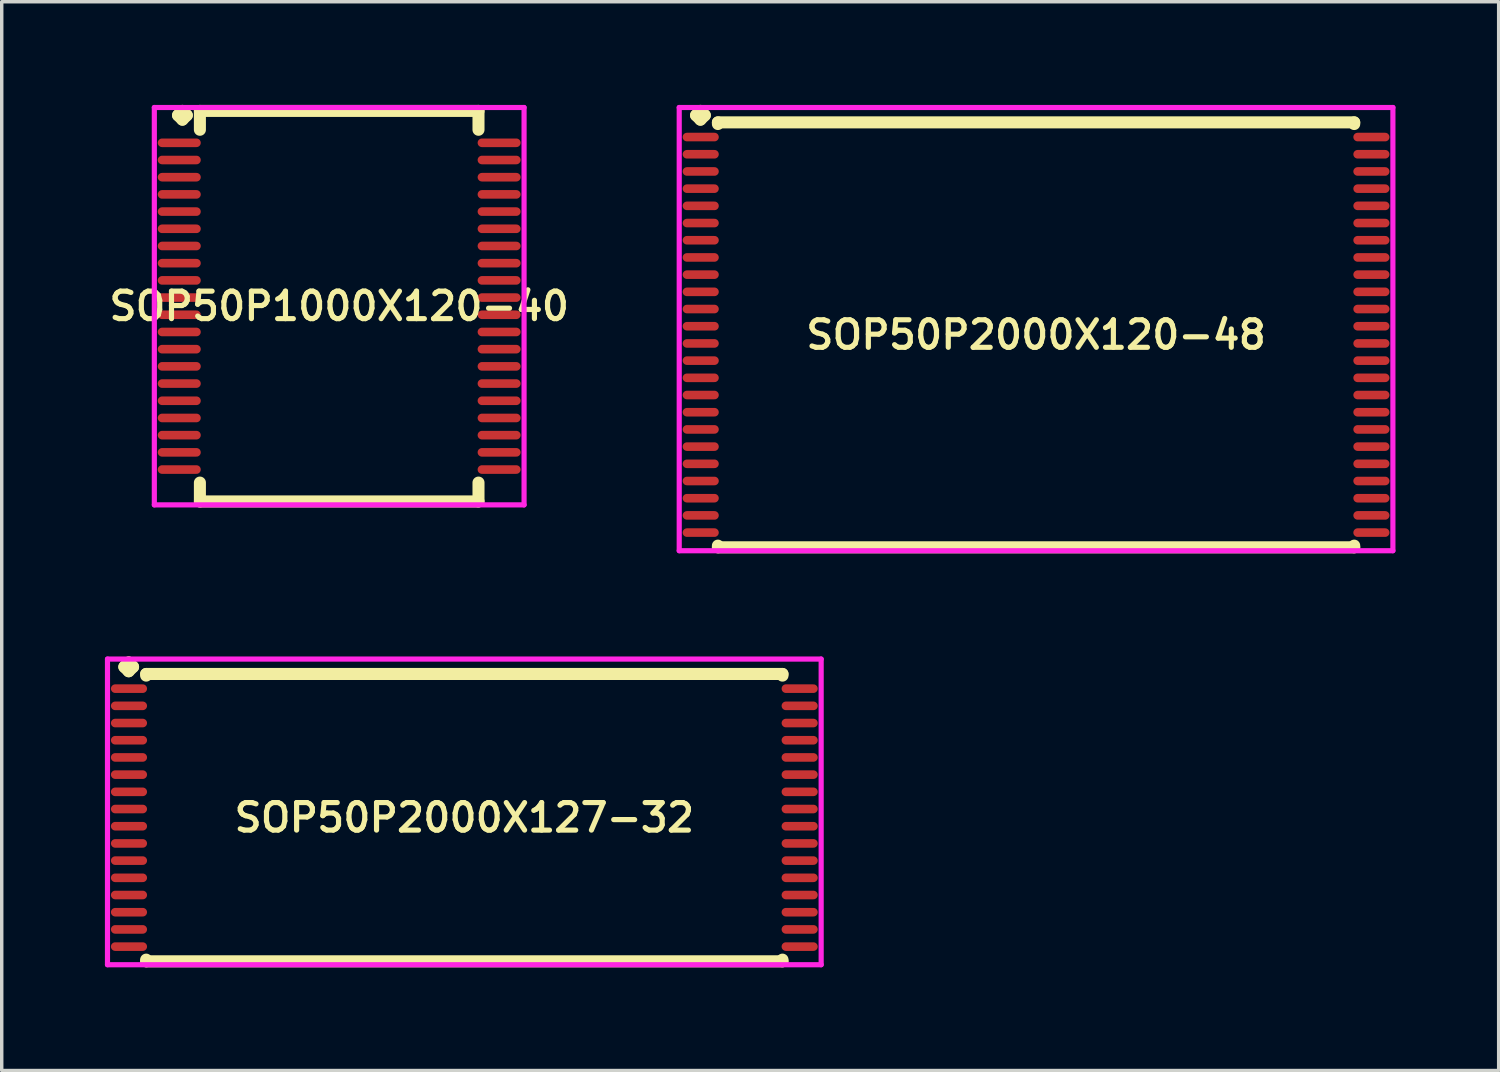
<source format=kicad_pcb>
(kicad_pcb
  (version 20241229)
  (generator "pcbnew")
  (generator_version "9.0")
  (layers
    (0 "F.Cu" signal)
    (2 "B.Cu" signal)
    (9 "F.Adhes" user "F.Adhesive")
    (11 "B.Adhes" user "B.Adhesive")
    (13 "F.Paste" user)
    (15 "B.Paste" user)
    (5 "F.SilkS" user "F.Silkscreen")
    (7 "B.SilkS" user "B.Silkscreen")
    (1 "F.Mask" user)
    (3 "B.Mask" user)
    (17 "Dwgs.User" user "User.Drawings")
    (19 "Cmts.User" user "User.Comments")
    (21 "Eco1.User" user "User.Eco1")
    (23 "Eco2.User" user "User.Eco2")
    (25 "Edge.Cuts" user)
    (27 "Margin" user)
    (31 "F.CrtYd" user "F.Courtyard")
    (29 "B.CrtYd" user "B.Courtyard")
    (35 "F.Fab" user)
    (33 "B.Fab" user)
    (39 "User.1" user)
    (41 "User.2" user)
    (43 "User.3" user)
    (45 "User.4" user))
  (footprint "SOP50P1000X120-40"
    (layer "F.Cu")
    (at 6.812 5.852)
    (property "Reference" "SOP50P1000X120-40" (at 0 0 0) (layer "F.SilkS") (effects (font (size 0.8 0.8) (thickness 0.15))))
    (attr smd)
    (fp_line (start -4.685 -5.55) (end -4.558 -5.677) (stroke (width 0.35) (type solid)) (layer "F.SilkS"))
    (fp_line (start -4.558 -5.677) (end -4.431 -5.55) (stroke (width 0.35) (type solid)) (layer "F.SilkS"))
    (fp_line (start -4.558 -5.423) (end -4.685 -5.55) (stroke (width 0.35) (type solid)) (layer "F.SilkS"))
    (fp_line (start -4.431 -5.55) (end -4.558 -5.423) (stroke (width 0.35) (type solid)) (layer "F.SilkS"))
    (fp_line (start -4.05 -5.677) (end 4.05 -5.677) (stroke (width 0.35) (type solid)) (layer "F.SilkS"))
    (fp_line (start -4.05 -5.129) (end -4.05 -5.677) (stroke (width 0.35) (type solid)) (layer "F.SilkS"))
    (fp_line (start -4.05 5.129) (end -4.05 5.677) (stroke (width 0.35) (type solid)) (layer "F.SilkS"))
    (fp_line (start -4.05 5.677) (end 4.05 5.677) (stroke (width 0.35) (type solid)) (layer "F.SilkS"))
    (fp_line (start 4.05 -5.677) (end 4.05 -5.129) (stroke (width 0.35) (type solid)) (layer "F.SilkS"))
    (fp_line (start 4.05 5.677) (end 4.05 5.129) (stroke (width 0.35) (type solid)) (layer "F.SilkS"))
    (fp_line (start -5.375 -5.777) (end 5.375 -5.777) (stroke (width 0.15) (type solid)) (layer "F.CrtYd"))
    (fp_line (start -5.375 5.777) (end -5.375 -5.777) (stroke (width 0.15) (type solid)) (layer "F.CrtYd"))
    (fp_line (start 5.375 -5.777) (end 5.375 5.777) (stroke (width 0.15) (type solid)) (layer "F.CrtYd"))
    (fp_line (start 5.375 5.777) (end -5.375 5.777) (stroke (width 0.15) (type solid)) (layer "F.CrtYd"))
    (pad "1" smd oval (at -4.65 -4.75) (size 1.25 0.25) (layers "F.Cu" "F.Mask" "F.Paste"))
    (pad "2" smd oval (at -4.65 -4.25) (size 1.25 0.25) (layers "F.Cu" "F.Mask" "F.Paste"))
    (pad "3" smd oval (at -4.65 -3.75) (size 1.25 0.25) (layers "F.Cu" "F.Mask" "F.Paste"))
    (pad "4" smd oval (at -4.65 -3.25) (size 1.25 0.25) (layers "F.Cu" "F.Mask" "F.Paste"))
    (pad "5" smd oval (at -4.65 -2.75) (size 1.25 0.25) (layers "F.Cu" "F.Mask" "F.Paste"))
    (pad "6" smd oval (at -4.65 -2.25) (size 1.25 0.25) (layers "F.Cu" "F.Mask" "F.Paste"))
    (pad "7" smd oval (at -4.65 -1.75) (size 1.25 0.25) (layers "F.Cu" "F.Mask" "F.Paste"))
    (pad "8" smd oval (at -4.65 -1.25) (size 1.25 0.25) (layers "F.Cu" "F.Mask" "F.Paste"))
    (pad "9" smd oval (at -4.65 -0.75) (size 1.25 0.25) (layers "F.Cu" "F.Mask" "F.Paste"))
    (pad "10" smd oval (at -4.65 -0.25) (size 1.25 0.25) (layers "F.Cu" "F.Mask" "F.Paste"))
    (pad "11" smd oval (at -4.65 0.25) (size 1.25 0.25) (layers "F.Cu" "F.Mask" "F.Paste"))
    (pad "12" smd oval (at -4.65 0.75) (size 1.25 0.25) (layers "F.Cu" "F.Mask" "F.Paste"))
    (pad "13" smd oval (at -4.65 1.25) (size 1.25 0.25) (layers "F.Cu" "F.Mask" "F.Paste"))
    (pad "14" smd oval (at -4.65 1.75) (size 1.25 0.25) (layers "F.Cu" "F.Mask" "F.Paste"))
    (pad "15" smd oval (at -4.65 2.25) (size 1.25 0.25) (layers "F.Cu" "F.Mask" "F.Paste"))
    (pad "16" smd oval (at -4.65 2.75) (size 1.25 0.25) (layers "F.Cu" "F.Mask" "F.Paste"))
    (pad "17" smd oval (at -4.65 3.25) (size 1.25 0.25) (layers "F.Cu" "F.Mask" "F.Paste"))
    (pad "18" smd oval (at -4.65 3.75) (size 1.25 0.25) (layers "F.Cu" "F.Mask" "F.Paste"))
    (pad "19" smd oval (at -4.65 4.25) (size 1.25 0.25) (layers "F.Cu" "F.Mask" "F.Paste"))
    (pad "20" smd oval (at -4.65 4.75) (size 1.25 0.25) (layers "F.Cu" "F.Mask" "F.Paste"))
    (pad "21" smd oval (at 4.65 4.75) (size 1.25 0.25) (layers "F.Cu" "F.Mask" "F.Paste"))
    (pad "22" smd oval (at 4.65 4.25) (size 1.25 0.25) (layers "F.Cu" "F.Mask" "F.Paste"))
    (pad "23" smd oval (at 4.65 3.75) (size 1.25 0.25) (layers "F.Cu" "F.Mask" "F.Paste"))
    (pad "24" smd oval (at 4.65 3.25) (size 1.25 0.25) (layers "F.Cu" "F.Mask" "F.Paste"))
    (pad "25" smd oval (at 4.65 2.75) (size 1.25 0.25) (layers "F.Cu" "F.Mask" "F.Paste"))
    (pad "26" smd oval (at 4.65 2.25) (size 1.25 0.25) (layers "F.Cu" "F.Mask" "F.Paste"))
    (pad "27" smd oval (at 4.65 1.75) (size 1.25 0.25) (layers "F.Cu" "F.Mask" "F.Paste"))
    (pad "28" smd oval (at 4.65 1.25) (size 1.25 0.25) (layers "F.Cu" "F.Mask" "F.Paste"))
    (pad "29" smd oval (at 4.65 0.75) (size 1.25 0.25) (layers "F.Cu" "F.Mask" "F.Paste"))
    (pad "30" smd oval (at 4.65 0.25) (size 1.25 0.25) (layers "F.Cu" "F.Mask" "F.Paste"))
    (pad "31" smd oval (at 4.65 -0.25) (size 1.25 0.25) (layers "F.Cu" "F.Mask" "F.Paste"))
    (pad "32" smd oval (at 4.65 -0.75) (size 1.25 0.25) (layers "F.Cu" "F.Mask" "F.Paste"))
    (pad "33" smd oval (at 4.65 -1.25) (size 1.25 0.25) (layers "F.Cu" "F.Mask" "F.Paste"))
    (pad "34" smd oval (at 4.65 -1.75) (size 1.25 0.25) (layers "F.Cu" "F.Mask" "F.Paste"))
    (pad "35" smd oval (at 4.65 -2.25) (size 1.25 0.25) (layers "F.Cu" "F.Mask" "F.Paste"))
    (pad "36" smd oval (at 4.65 -2.75) (size 1.25 0.25) (layers "F.Cu" "F.Mask" "F.Paste"))
    (pad "37" smd oval (at 4.65 -3.25) (size 1.25 0.25) (layers "F.Cu" "F.Mask" "F.Paste"))
    (pad "38" smd oval (at 4.65 -3.75) (size 1.25 0.25) (layers "F.Cu" "F.Mask" "F.Paste"))
    (pad "39" smd oval (at 4.65 -4.25) (size 1.25 0.25) (layers "F.Cu" "F.Mask" "F.Paste"))
    (pad "40" smd oval (at 4.65 -4.75) (size 1.25 0.25) (layers "F.Cu" "F.Mask" "F.Paste")))
  (footprint "SOP50P2000X127-32"
    (layer "F.Cu")
    (at 10.45 20.722)
    (property "Reference" "SOP50P2000X127-32" (at 0 0 0) (layer "F.SilkS") (effects (font (size 0.8 0.8) (thickness 0.15))))
    (attr smd)
    (fp_line (start -9.885 -4.383) (end -9.758 -4.51) (stroke (width 0.35) (type solid)) (layer "F.SilkS"))
    (fp_line (start -9.758 -4.51) (end -9.631 -4.383) (stroke (width 0.35) (type solid)) (layer "F.SilkS"))
    (fp_line (start -9.758 -4.256) (end -9.885 -4.383) (stroke (width 0.35) (type solid)) (layer "F.SilkS"))
    (fp_line (start -9.631 -4.383) (end -9.758 -4.256) (stroke (width 0.35) (type solid)) (layer "F.SilkS"))
    (fp_line (start -9.25 -4.177) (end 9.25 -4.177) (stroke (width 0.35) (type solid)) (layer "F.SilkS"))
    (fp_line (start -9.25 -4.129) (end -9.25 -4.177) (stroke (width 0.35) (type solid)) (layer "F.SilkS"))
    (fp_line (start -9.25 4.129) (end -9.25 4.177) (stroke (width 0.35) (type solid)) (layer "F.SilkS"))
    (fp_line (start -9.25 4.177) (end 9.25 4.177) (stroke (width 0.35) (type solid)) (layer "F.SilkS"))
    (fp_line (start 9.25 -4.177) (end 9.25 -4.129) (stroke (width 0.35) (type solid)) (layer "F.SilkS"))
    (fp_line (start 9.25 4.177) (end 9.25 4.129) (stroke (width 0.35) (type solid)) (layer "F.SilkS"))
    (fp_line (start -10.375 -4.61) (end 10.375 -4.61) (stroke (width 0.15) (type solid)) (layer "F.CrtYd"))
    (fp_line (start -10.375 4.277) (end -10.375 -4.61) (stroke (width 0.15) (type solid)) (layer "F.CrtYd"))
    (fp_line (start 10.375 -4.61) (end 10.375 4.277) (stroke (width 0.15) (type solid)) (layer "F.CrtYd"))
    (fp_line (start 10.375 4.277) (end -10.375 4.277) (stroke (width 0.15) (type solid)) (layer "F.CrtYd"))
    (pad "1" smd oval (at -9.75 -3.75) (size 1.05 0.25) (layers "F.Cu" "F.Mask" "F.Paste"))
    (pad "2" smd oval (at -9.75 -3.25) (size 1.05 0.25) (layers "F.Cu" "F.Mask" "F.Paste"))
    (pad "3" smd oval (at -9.75 -2.75) (size 1.05 0.25) (layers "F.Cu" "F.Mask" "F.Paste"))
    (pad "4" smd oval (at -9.75 -2.25) (size 1.05 0.25) (layers "F.Cu" "F.Mask" "F.Paste"))
    (pad "5" smd oval (at -9.75 -1.75) (size 1.05 0.25) (layers "F.Cu" "F.Mask" "F.Paste"))
    (pad "6" smd oval (at -9.75 -1.25) (size 1.05 0.25) (layers "F.Cu" "F.Mask" "F.Paste"))
    (pad "7" smd oval (at -9.75 -0.75) (size 1.05 0.25) (layers "F.Cu" "F.Mask" "F.Paste"))
    (pad "8" smd oval (at -9.75 -0.25) (size 1.05 0.25) (layers "F.Cu" "F.Mask" "F.Paste"))
    (pad "9" smd oval (at -9.75 0.25) (size 1.05 0.25) (layers "F.Cu" "F.Mask" "F.Paste"))
    (pad "10" smd oval (at -9.75 0.75) (size 1.05 0.25) (layers "F.Cu" "F.Mask" "F.Paste"))
    (pad "11" smd oval (at -9.75 1.25) (size 1.05 0.25) (layers "F.Cu" "F.Mask" "F.Paste"))
    (pad "12" smd oval (at -9.75 1.75) (size 1.05 0.25) (layers "F.Cu" "F.Mask" "F.Paste"))
    (pad "13" smd oval (at -9.75 2.25) (size 1.05 0.25) (layers "F.Cu" "F.Mask" "F.Paste"))
    (pad "14" smd oval (at -9.75 2.75) (size 1.05 0.25) (layers "F.Cu" "F.Mask" "F.Paste"))
    (pad "15" smd oval (at -9.75 3.25) (size 1.05 0.25) (layers "F.Cu" "F.Mask" "F.Paste"))
    (pad "16" smd oval (at -9.75 3.75) (size 1.05 0.25) (layers "F.Cu" "F.Mask" "F.Paste"))
    (pad "17" smd oval (at 9.75 3.75) (size 1.05 0.25) (layers "F.Cu" "F.Mask" "F.Paste"))
    (pad "18" smd oval (at 9.75 3.25) (size 1.05 0.25) (layers "F.Cu" "F.Mask" "F.Paste"))
    (pad "19" smd oval (at 9.75 2.75) (size 1.05 0.25) (layers "F.Cu" "F.Mask" "F.Paste"))
    (pad "20" smd oval (at 9.75 2.25) (size 1.05 0.25) (layers "F.Cu" "F.Mask" "F.Paste"))
    (pad "21" smd oval (at 9.75 1.75) (size 1.05 0.25) (layers "F.Cu" "F.Mask" "F.Paste"))
    (pad "22" smd oval (at 9.75 1.25) (size 1.05 0.25) (layers "F.Cu" "F.Mask" "F.Paste"))
    (pad "23" smd oval (at 9.75 0.75) (size 1.05 0.25) (layers "F.Cu" "F.Mask" "F.Paste"))
    (pad "24" smd oval (at 9.75 0.25) (size 1.05 0.25) (layers "F.Cu" "F.Mask" "F.Paste"))
    (pad "25" smd oval (at 9.75 -0.25) (size 1.05 0.25) (layers "F.Cu" "F.Mask" "F.Paste"))
    (pad "26" smd oval (at 9.75 -0.75) (size 1.05 0.25) (layers "F.Cu" "F.Mask" "F.Paste"))
    (pad "27" smd oval (at 9.75 -1.25) (size 1.05 0.25) (layers "F.Cu" "F.Mask" "F.Paste"))
    (pad "28" smd oval (at 9.75 -1.75) (size 1.05 0.25) (layers "F.Cu" "F.Mask" "F.Paste"))
    (pad "29" smd oval (at 9.75 -2.25) (size 1.05 0.25) (layers "F.Cu" "F.Mask" "F.Paste"))
    (pad "30" smd oval (at 9.75 -2.75) (size 1.05 0.25) (layers "F.Cu" "F.Mask" "F.Paste"))
    (pad "31" smd oval (at 9.75 -3.25) (size 1.05 0.25) (layers "F.Cu" "F.Mask" "F.Paste"))
    (pad "32" smd oval (at 9.75 -3.75) (size 1.05 0.25) (layers "F.Cu" "F.Mask" "F.Paste")))
  (footprint "SOP50P2000X120-48"
    (layer "F.Cu")
    (at 27.073 6.685)
    (property "Reference" "SOP50P2000X120-48" (at 0 0 0) (layer "F.SilkS") (effects (font (size 0.8 0.8) (thickness 0.15))))
    (attr smd)
    (fp_line (start -9.885 -6.383) (end -9.758 -6.51) (stroke (width 0.35) (type solid)) (layer "F.SilkS"))
    (fp_line (start -9.758 -6.51) (end -9.631 -6.383) (stroke (width 0.35) (type solid)) (layer "F.SilkS"))
    (fp_line (start -9.758 -6.256) (end -9.885 -6.383) (stroke (width 0.35) (type solid)) (layer "F.SilkS"))
    (fp_line (start -9.631 -6.383) (end -9.758 -6.256) (stroke (width 0.35) (type solid)) (layer "F.SilkS"))
    (fp_line (start -9.25 -6.177) (end 9.25 -6.177) (stroke (width 0.35) (type solid)) (layer "F.SilkS"))
    (fp_line (start -9.25 -6.129) (end -9.25 -6.177) (stroke (width 0.35) (type solid)) (layer "F.SilkS"))
    (fp_line (start -9.25 6.129) (end -9.25 6.177) (stroke (width 0.35) (type solid)) (layer "F.SilkS"))
    (fp_line (start -9.25 6.177) (end 9.25 6.177) (stroke (width 0.35) (type solid)) (layer "F.SilkS"))
    (fp_line (start 9.25 -6.177) (end 9.25 -6.129) (stroke (width 0.35) (type solid)) (layer "F.SilkS"))
    (fp_line (start 9.25 6.177) (end 9.25 6.129) (stroke (width 0.35) (type solid)) (layer "F.SilkS"))
    (fp_line (start -10.375 -6.61) (end 10.375 -6.61) (stroke (width 0.15) (type solid)) (layer "F.CrtYd"))
    (fp_line (start -10.375 6.277) (end -10.375 -6.61) (stroke (width 0.15) (type solid)) (layer "F.CrtYd"))
    (fp_line (start 10.375 -6.61) (end 10.375 6.277) (stroke (width 0.15) (type solid)) (layer "F.CrtYd"))
    (fp_line (start 10.375 6.277) (end -10.375 6.277) (stroke (width 0.15) (type solid)) (layer "F.CrtYd"))
    (pad "1" smd oval (at -9.75 -5.75) (size 1.05 0.25) (layers "F.Cu" "F.Mask" "F.Paste"))
    (pad "2" smd oval (at -9.75 -5.25) (size 1.05 0.25) (layers "F.Cu" "F.Mask" "F.Paste"))
    (pad "3" smd oval (at -9.75 -4.75) (size 1.05 0.25) (layers "F.Cu" "F.Mask" "F.Paste"))
    (pad "4" smd oval (at -9.75 -4.25) (size 1.05 0.25) (layers "F.Cu" "F.Mask" "F.Paste"))
    (pad "5" smd oval (at -9.75 -3.75) (size 1.05 0.25) (layers "F.Cu" "F.Mask" "F.Paste"))
    (pad "6" smd oval (at -9.75 -3.25) (size 1.05 0.25) (layers "F.Cu" "F.Mask" "F.Paste"))
    (pad "7" smd oval (at -9.75 -2.75) (size 1.05 0.25) (layers "F.Cu" "F.Mask" "F.Paste"))
    (pad "8" smd oval (at -9.75 -2.25) (size 1.05 0.25) (layers "F.Cu" "F.Mask" "F.Paste"))
    (pad "9" smd oval (at -9.75 -1.75) (size 1.05 0.25) (layers "F.Cu" "F.Mask" "F.Paste"))
    (pad "10" smd oval (at -9.75 -1.25) (size 1.05 0.25) (layers "F.Cu" "F.Mask" "F.Paste"))
    (pad "11" smd oval (at -9.75 -0.75) (size 1.05 0.25) (layers "F.Cu" "F.Mask" "F.Paste"))
    (pad "12" smd oval (at -9.75 -0.25) (size 1.05 0.25) (layers "F.Cu" "F.Mask" "F.Paste"))
    (pad "13" smd oval (at -9.75 0.25) (size 1.05 0.25) (layers "F.Cu" "F.Mask" "F.Paste"))
    (pad "14" smd oval (at -9.75 0.75) (size 1.05 0.25) (layers "F.Cu" "F.Mask" "F.Paste"))
    (pad "15" smd oval (at -9.75 1.25) (size 1.05 0.25) (layers "F.Cu" "F.Mask" "F.Paste"))
    (pad "16" smd oval (at -9.75 1.75) (size 1.05 0.25) (layers "F.Cu" "F.Mask" "F.Paste"))
    (pad "17" smd oval (at -9.75 2.25) (size 1.05 0.25) (layers "F.Cu" "F.Mask" "F.Paste"))
    (pad "18" smd oval (at -9.75 2.75) (size 1.05 0.25) (layers "F.Cu" "F.Mask" "F.Paste"))
    (pad "19" smd oval (at -9.75 3.25) (size 1.05 0.25) (layers "F.Cu" "F.Mask" "F.Paste"))
    (pad "20" smd oval (at -9.75 3.75) (size 1.05 0.25) (layers "F.Cu" "F.Mask" "F.Paste"))
    (pad "21" smd oval (at -9.75 4.25) (size 1.05 0.25) (layers "F.Cu" "F.Mask" "F.Paste"))
    (pad "22" smd oval (at -9.75 4.75) (size 1.05 0.25) (layers "F.Cu" "F.Mask" "F.Paste"))
    (pad "23" smd oval (at -9.75 5.25) (size 1.05 0.25) (layers "F.Cu" "F.Mask" "F.Paste"))
    (pad "24" smd oval (at -9.75 5.75) (size 1.05 0.25) (layers "F.Cu" "F.Mask" "F.Paste"))
    (pad "25" smd oval (at 9.75 5.75) (size 1.05 0.25) (layers "F.Cu" "F.Mask" "F.Paste"))
    (pad "26" smd oval (at 9.75 5.25) (size 1.05 0.25) (layers "F.Cu" "F.Mask" "F.Paste"))
    (pad "27" smd oval (at 9.75 4.75) (size 1.05 0.25) (layers "F.Cu" "F.Mask" "F.Paste"))
    (pad "28" smd oval (at 9.75 4.25) (size 1.05 0.25) (layers "F.Cu" "F.Mask" "F.Paste"))
    (pad "29" smd oval (at 9.75 3.75) (size 1.05 0.25) (layers "F.Cu" "F.Mask" "F.Paste"))
    (pad "30" smd oval (at 9.75 3.25) (size 1.05 0.25) (layers "F.Cu" "F.Mask" "F.Paste"))
    (pad "31" smd oval (at 9.75 2.75) (size 1.05 0.25) (layers "F.Cu" "F.Mask" "F.Paste"))
    (pad "32" smd oval (at 9.75 2.25) (size 1.05 0.25) (layers "F.Cu" "F.Mask" "F.Paste"))
    (pad "33" smd oval (at 9.75 1.75) (size 1.05 0.25) (layers "F.Cu" "F.Mask" "F.Paste"))
    (pad "34" smd oval (at 9.75 1.25) (size 1.05 0.25) (layers "F.Cu" "F.Mask" "F.Paste"))
    (pad "35" smd oval (at 9.75 0.75) (size 1.05 0.25) (layers "F.Cu" "F.Mask" "F.Paste"))
    (pad "36" smd oval (at 9.75 0.25) (size 1.05 0.25) (layers "F.Cu" "F.Mask" "F.Paste"))
    (pad "37" smd oval (at 9.75 -0.25) (size 1.05 0.25) (layers "F.Cu" "F.Mask" "F.Paste"))
    (pad "38" smd oval (at 9.75 -0.75) (size 1.05 0.25) (layers "F.Cu" "F.Mask" "F.Paste"))
    (pad "39" smd oval (at 9.75 -1.25) (size 1.05 0.25) (layers "F.Cu" "F.Mask" "F.Paste"))
    (pad "40" smd oval (at 9.75 -1.75) (size 1.05 0.25) (layers "F.Cu" "F.Mask" "F.Paste"))
    (pad "41" smd oval (at 9.75 -2.25) (size 1.05 0.25) (layers "F.Cu" "F.Mask" "F.Paste"))
    (pad "42" smd oval (at 9.75 -2.75) (size 1.05 0.25) (layers "F.Cu" "F.Mask" "F.Paste"))
    (pad "43" smd oval (at 9.75 -3.25) (size 1.05 0.25) (layers "F.Cu" "F.Mask" "F.Paste"))
    (pad "44" smd oval (at 9.75 -3.75) (size 1.05 0.25) (layers "F.Cu" "F.Mask" "F.Paste"))
    (pad "45" smd oval (at 9.75 -4.25) (size 1.05 0.25) (layers "F.Cu" "F.Mask" "F.Paste"))
    (pad "46" smd oval (at 9.75 -4.75) (size 1.05 0.25) (layers "F.Cu" "F.Mask" "F.Paste"))
    (pad "47" smd oval (at 9.75 -5.25) (size 1.05 0.25) (layers "F.Cu" "F.Mask" "F.Paste"))
    (pad "48" smd oval (at 9.75 -5.75) (size 1.05 0.25) (layers "F.Cu" "F.Mask" "F.Paste")))
  (gr_rect
    (start -3 -3)
    (end 40.523 28.074)
    (stroke (width 0.1) (type default))
    (fill no)
    (layer "Edge.Cuts")))
</source>
